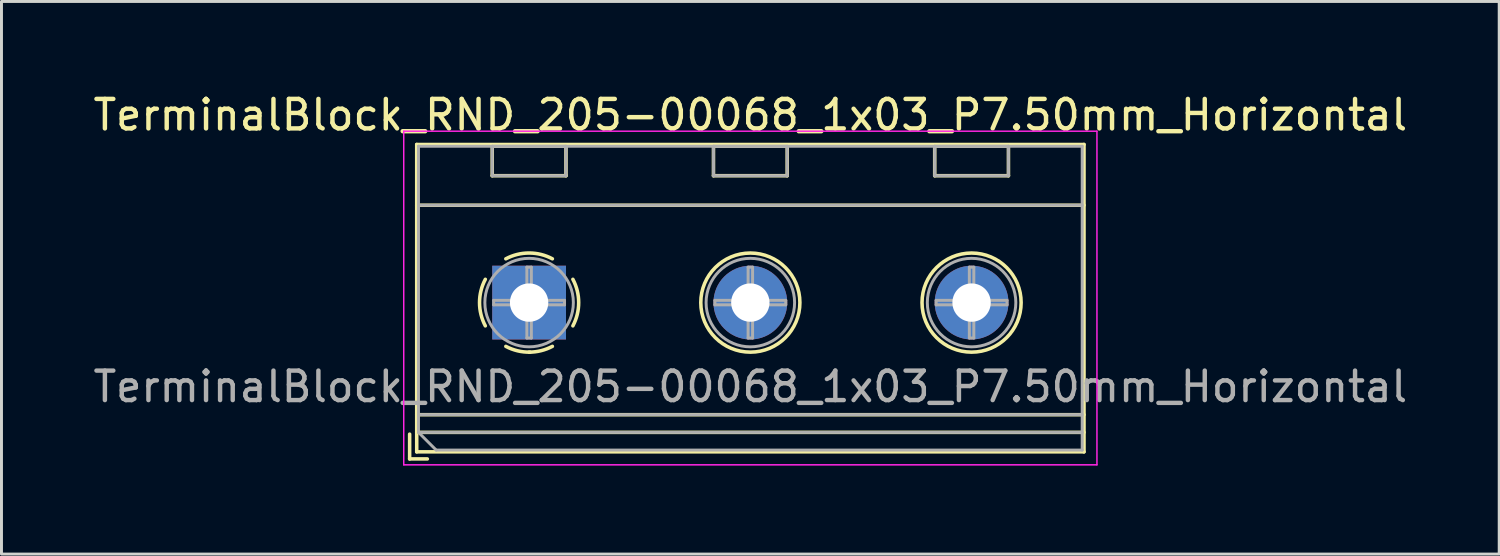
<source format=kicad_pcb>
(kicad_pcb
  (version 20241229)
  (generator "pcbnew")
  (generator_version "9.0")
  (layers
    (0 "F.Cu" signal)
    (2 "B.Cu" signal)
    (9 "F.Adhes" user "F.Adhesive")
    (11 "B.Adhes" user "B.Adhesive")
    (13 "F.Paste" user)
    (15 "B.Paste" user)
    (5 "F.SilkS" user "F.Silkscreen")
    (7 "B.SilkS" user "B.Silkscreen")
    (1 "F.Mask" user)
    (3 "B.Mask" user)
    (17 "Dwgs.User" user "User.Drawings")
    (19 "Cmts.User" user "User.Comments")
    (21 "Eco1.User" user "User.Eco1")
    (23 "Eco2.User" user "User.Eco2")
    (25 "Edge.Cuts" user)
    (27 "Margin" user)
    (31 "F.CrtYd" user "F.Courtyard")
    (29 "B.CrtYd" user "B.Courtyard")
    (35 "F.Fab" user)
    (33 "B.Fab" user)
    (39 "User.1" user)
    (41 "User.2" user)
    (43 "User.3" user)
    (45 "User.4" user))
  (footprint "TerminalBlock_RND_205-00068_1x03_P7.50mm_Horizontal"
    (layer "F.Cu")
    (at 14.887 7.208)
    (property "Reference" "TerminalBlock_RND_205-00068_1x03_P7.50mm_Horizontal" (at 7.5 -6.36 0) (layer "F.SilkS") (effects (font (size 1 1) (thickness 0.15))))
    (attr through_hole)
    (fp_line (start -4.05 4.46) (end -4.05 5.3) (stroke (width 0.12) (type solid)) (layer "F.SilkS"))
    (fp_line (start -4.05 5.3) (end -3.45 5.3) (stroke (width 0.12) (type solid)) (layer "F.SilkS"))
    (fp_line (start -3.81 -5.36) (end -3.81 5.06) (stroke (width 0.12) (type solid)) (layer "F.SilkS"))
    (fp_line (start -3.81 -5.36) (end 18.811 -5.36) (stroke (width 0.12) (type solid)) (layer "F.SilkS"))
    (fp_line (start -3.81 -3.301) (end 18.811 -3.301) (stroke (width 0.12) (type solid)) (layer "F.SilkS"))
    (fp_line (start -3.81 3.8) (end 18.811 3.8) (stroke (width 0.12) (type solid)) (layer "F.SilkS"))
    (fp_line (start -3.81 4.4) (end 18.811 4.4) (stroke (width 0.12) (type solid)) (layer "F.SilkS"))
    (fp_line (start -3.81 5.06) (end 18.811 5.06) (stroke (width 0.12) (type solid)) (layer "F.SilkS"))
    (fp_line (start -1.25 -5.301) (end -1.25 -4.301) (stroke (width 0.12) (type solid)) (layer "F.SilkS"))
    (fp_line (start -1.25 -5.301) (end 1.25 -5.301) (stroke (width 0.12) (type solid)) (layer "F.SilkS"))
    (fp_line (start -1.25 -4.301) (end 1.25 -4.301) (stroke (width 0.12) (type solid)) (layer "F.SilkS"))
    (fp_line (start 1.25 -5.301) (end 1.25 -4.301) (stroke (width 0.12) (type solid)) (layer "F.SilkS"))
    (fp_line (start 6.25 -5.301) (end 6.25 -4.301) (stroke (width 0.12) (type solid)) (layer "F.SilkS"))
    (fp_line (start 6.25 -5.301) (end 8.75 -5.301) (stroke (width 0.12) (type solid)) (layer "F.SilkS"))
    (fp_line (start 6.25 -4.301) (end 8.75 -4.301) (stroke (width 0.12) (type solid)) (layer "F.SilkS"))
    (fp_line (start 8.75 -5.301) (end 8.75 -4.301) (stroke (width 0.12) (type solid)) (layer "F.SilkS"))
    (fp_line (start 13.75 -5.301) (end 13.75 -4.301) (stroke (width 0.12) (type solid)) (layer "F.SilkS"))
    (fp_line (start 13.75 -5.301) (end 16.25 -5.301) (stroke (width 0.12) (type solid)) (layer "F.SilkS"))
    (fp_line (start 13.75 -4.301) (end 16.25 -4.301) (stroke (width 0.12) (type solid)) (layer "F.SilkS"))
    (fp_line (start 16.25 -5.301) (end 16.25 -4.301) (stroke (width 0.12) (type solid)) (layer "F.SilkS"))
    (fp_line (start 18.811 -5.36) (end 18.811 5.06) (stroke (width 0.12) (type solid)) (layer "F.SilkS"))
    (fp_arc (start -1.483953 0.789089) (mid -1.680708 0.00005) (end -1.484 -0.789) (stroke (width 0.12) (type solid)) (layer "F.SilkS"))
    (fp_arc (start -0.789089 -1.483953) (mid -0.00005 -1.680708) (end 0.789 -1.484) (stroke (width 0.12) (type solid)) (layer "F.SilkS"))
    (fp_arc (start 0.029383 1.68045) (mid -0.392304 1.634281) (end -0.789 1.484) (stroke (width 0.12) (type solid)) (layer "F.SilkS"))
    (fp_arc (start 0.788712 1.483352) (mid 0.406429 1.630097) (end 0 1.68) (stroke (width 0.12) (type solid)) (layer "F.SilkS"))
    (fp_arc (start 1.483953 -0.789089) (mid 1.680708 -0.00005) (end 1.484 0.789) (stroke (width 0.12) (type solid)) (layer "F.SilkS"))
    (fp_circle (center 7.5 0) (end 9.18 0) (stroke (width 0.12) (type solid)) (fill no) (layer "F.SilkS"))
    (fp_circle (center 15 0) (end 16.68 0) (stroke (width 0.12) (type solid)) (fill no) (layer "F.SilkS"))
    (fp_line (start -4.25 -5.81) (end -4.25 5.5) (stroke (width 0.05) (type solid)) (layer "F.CrtYd"))
    (fp_line (start -4.25 5.5) (end 19.25 5.5) (stroke (width 0.05) (type solid)) (layer "F.CrtYd"))
    (fp_line (start 19.25 -5.81) (end -4.25 -5.81) (stroke (width 0.05) (type solid)) (layer "F.CrtYd"))
    (fp_line (start 19.25 5.5) (end 19.25 -5.81) (stroke (width 0.05) (type solid)) (layer "F.CrtYd"))
    (fp_line (start -3.75 -5.3) (end 18.75 -5.3) (stroke (width 0.1) (type solid)) (layer "F.Fab"))
    (fp_line (start -3.75 -3.3) (end 18.75 -3.3) (stroke (width 0.1) (type solid)) (layer "F.Fab"))
    (fp_line (start -3.75 3.8) (end 18.75 3.8) (stroke (width 0.1) (type solid)) (layer "F.Fab"))
    (fp_line (start -3.75 4.4) (end -3.75 -5.3) (stroke (width 0.1) (type solid)) (layer "F.Fab"))
    (fp_line (start -3.75 4.4) (end 18.75 4.4) (stroke (width 0.1) (type solid)) (layer "F.Fab"))
    (fp_line (start -3.15 5) (end -3.75 4.4) (stroke (width 0.1) (type solid)) (layer "F.Fab"))
    (fp_line (start -1.25 -5.3) (end -1.25 -4.3) (stroke (width 0.1) (type solid)) (layer "F.Fab"))
    (fp_line (start -1.25 -4.3) (end 1.25 -4.3) (stroke (width 0.1) (type solid)) (layer "F.Fab"))
    (fp_line (start -1.201 -0.076) (end -0.076 -0.076) (stroke (width 0.1) (type solid)) (layer "F.Fab"))
    (fp_line (start -1.201 0.076) (end -1.201 -0.076) (stroke (width 0.1) (type solid)) (layer "F.Fab"))
    (fp_line (start -0.076 -1.201) (end 0.076 -1.201) (stroke (width 0.1) (type solid)) (layer "F.Fab"))
    (fp_line (start -0.076 -0.076) (end -0.076 -1.201) (stroke (width 0.1) (type solid)) (layer "F.Fab"))
    (fp_line (start -0.076 0.076) (end -1.201 0.076) (stroke (width 0.1) (type solid)) (layer "F.Fab"))
    (fp_line (start -0.076 1.201) (end -0.076 0.076) (stroke (width 0.1) (type solid)) (layer "F.Fab"))
    (fp_line (start 0.076 -1.201) (end 0.076 -0.076) (stroke (width 0.1) (type solid)) (layer "F.Fab"))
    (fp_line (start 0.076 -0.076) (end 1.201 -0.076) (stroke (width 0.1) (type solid)) (layer "F.Fab"))
    (fp_line (start 0.076 0.076) (end 0.076 1.201) (stroke (width 0.1) (type solid)) (layer "F.Fab"))
    (fp_line (start 0.076 1.201) (end -0.076 1.201) (stroke (width 0.1) (type solid)) (layer "F.Fab"))
    (fp_line (start 1.201 -0.076) (end 1.201 0.076) (stroke (width 0.1) (type solid)) (layer "F.Fab"))
    (fp_line (start 1.201 0.076) (end 0.076 0.076) (stroke (width 0.1) (type solid)) (layer "F.Fab"))
    (fp_line (start 1.25 -5.3) (end -1.25 -5.3) (stroke (width 0.1) (type solid)) (layer "F.Fab"))
    (fp_line (start 1.25 -4.3) (end 1.25 -5.3) (stroke (width 0.1) (type solid)) (layer "F.Fab"))
    (fp_line (start 6.25 -5.3) (end 6.25 -4.3) (stroke (width 0.1) (type solid)) (layer "F.Fab"))
    (fp_line (start 6.25 -4.3) (end 8.75 -4.3) (stroke (width 0.1) (type solid)) (layer "F.Fab"))
    (fp_line (start 6.299 -0.076) (end 7.424 -0.076) (stroke (width 0.1) (type solid)) (layer "F.Fab"))
    (fp_line (start 6.299 0.076) (end 6.299 -0.076) (stroke (width 0.1) (type solid)) (layer "F.Fab"))
    (fp_line (start 7.424 -1.201) (end 7.576 -1.201) (stroke (width 0.1) (type solid)) (layer "F.Fab"))
    (fp_line (start 7.424 -0.076) (end 7.424 -1.201) (stroke (width 0.1) (type solid)) (layer "F.Fab"))
    (fp_line (start 7.424 0.076) (end 6.299 0.076) (stroke (width 0.1) (type solid)) (layer "F.Fab"))
    (fp_line (start 7.424 1.201) (end 7.424 0.076) (stroke (width 0.1) (type solid)) (layer "F.Fab"))
    (fp_line (start 7.576 -1.201) (end 7.576 -0.076) (stroke (width 0.1) (type solid)) (layer "F.Fab"))
    (fp_line (start 7.576 -0.076) (end 8.701 -0.076) (stroke (width 0.1) (type solid)) (layer "F.Fab"))
    (fp_line (start 7.576 0.076) (end 7.576 1.201) (stroke (width 0.1) (type solid)) (layer "F.Fab"))
    (fp_line (start 7.576 1.201) (end 7.424 1.201) (stroke (width 0.1) (type solid)) (layer "F.Fab"))
    (fp_line (start 8.701 -0.076) (end 8.701 0.076) (stroke (width 0.1) (type solid)) (layer "F.Fab"))
    (fp_line (start 8.701 0.076) (end 7.576 0.076) (stroke (width 0.1) (type solid)) (layer "F.Fab"))
    (fp_line (start 8.75 -5.3) (end 6.25 -5.3) (stroke (width 0.1) (type solid)) (layer "F.Fab"))
    (fp_line (start 8.75 -4.3) (end 8.75 -5.3) (stroke (width 0.1) (type solid)) (layer "F.Fab"))
    (fp_line (start 13.75 -5.3) (end 13.75 -4.3) (stroke (width 0.1) (type solid)) (layer "F.Fab"))
    (fp_line (start 13.75 -4.3) (end 16.25 -4.3) (stroke (width 0.1) (type solid)) (layer "F.Fab"))
    (fp_line (start 13.799 -0.076) (end 14.924 -0.076) (stroke (width 0.1) (type solid)) (layer "F.Fab"))
    (fp_line (start 13.799 0.076) (end 13.799 -0.076) (stroke (width 0.1) (type solid)) (layer "F.Fab"))
    (fp_line (start 14.924 -1.201) (end 15.076 -1.201) (stroke (width 0.1) (type solid)) (layer "F.Fab"))
    (fp_line (start 14.924 -0.076) (end 14.924 -1.201) (stroke (width 0.1) (type solid)) (layer "F.Fab"))
    (fp_line (start 14.924 0.076) (end 13.799 0.076) (stroke (width 0.1) (type solid)) (layer "F.Fab"))
    (fp_line (start 14.924 1.201) (end 14.924 0.076) (stroke (width 0.1) (type solid)) (layer "F.Fab"))
    (fp_line (start 15.076 -1.201) (end 15.076 -0.076) (stroke (width 0.1) (type solid)) (layer "F.Fab"))
    (fp_line (start 15.076 -0.076) (end 16.201 -0.076) (stroke (width 0.1) (type solid)) (layer "F.Fab"))
    (fp_line (start 15.076 0.076) (end 15.076 1.201) (stroke (width 0.1) (type solid)) (layer "F.Fab"))
    (fp_line (start 15.076 1.201) (end 14.924 1.201) (stroke (width 0.1) (type solid)) (layer "F.Fab"))
    (fp_line (start 16.201 -0.076) (end 16.201 0.076) (stroke (width 0.1) (type solid)) (layer "F.Fab"))
    (fp_line (start 16.201 0.076) (end 15.076 0.076) (stroke (width 0.1) (type solid)) (layer "F.Fab"))
    (fp_line (start 16.25 -5.3) (end 13.75 -5.3) (stroke (width 0.1) (type solid)) (layer "F.Fab"))
    (fp_line (start 16.25 -4.3) (end 16.25 -5.3) (stroke (width 0.1) (type solid)) (layer "F.Fab"))
    (fp_line (start 18.75 -5.3) (end 18.75 5) (stroke (width 0.1) (type solid)) (layer "F.Fab"))
    (fp_line (start 18.75 5) (end -3.15 5) (stroke (width 0.1) (type solid)) (layer "F.Fab"))
    (fp_circle (center 0 0) (end 1.5 0) (stroke (width 0.1) (type solid)) (fill no) (layer "F.Fab"))
    (fp_circle (center 7.5 0) (end 9 0) (stroke (width 0.1) (type solid)) (fill no) (layer "F.Fab"))
    (fp_circle (center 15 0) (end 16.5 0) (stroke (width 0.1) (type solid)) (fill no) (layer "F.Fab"))
    (fp_text user "${REFERENCE}" (at 7.5 2.85 0) (layer "F.Fab") (effects (font (size 1 1) (thickness 0.15))))
    (pad "1" thru_hole rect (at 0 0) (size 2.5 2.5) (drill 1.3) (layers "*.Cu" "*.Mask"))
    (pad "2" thru_hole circle (at 7.5 0) (size 2.5 2.5) (drill 1.3) (layers "*.Cu" "*.Mask"))
    (pad "3" thru_hole circle (at 15 0) (size 2.5 2.5) (drill 1.3) (layers "*.Cu" "*.Mask")))
  (gr_rect
    (start -3 -3)
    (end 47.774 15.733)
    (stroke (width 0.1) (type default))
    (fill no)
    (layer "Edge.Cuts")))
</source>
